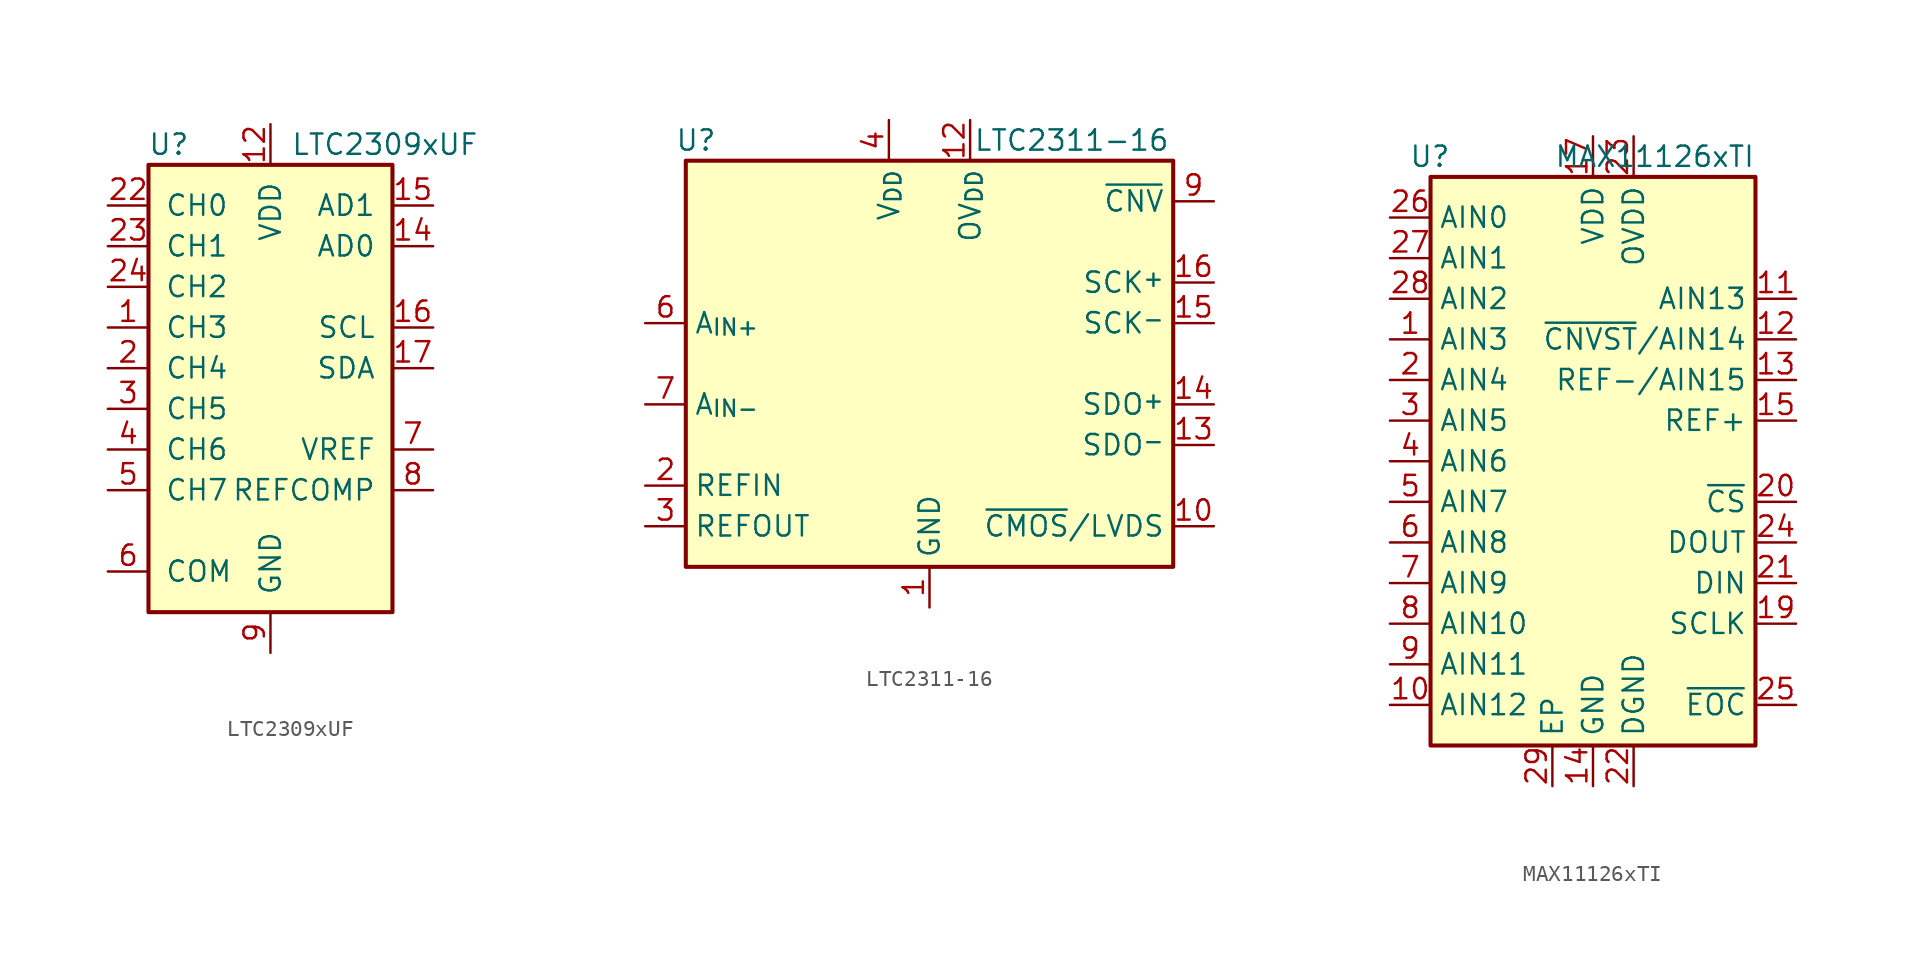
<source format=kicad_sym>
(kicad_symbol_lib
  (version 20231120)
  (generator "kicad_symbol_editor")
  (generator_version "8.0")
  (symbol "LTC2309xUF"
    (pin_names
      (offset 1.016))
    (property "Reference" "U"
      (at -6.35 13.97 0)
      (effects (font (size 1.27 1.27))))
    (property "Value" "LTC2309xUF"
      (at 1.27 13.97 0)
      (effects (font (size 1.27 1.27)) (justify left)))
    (symbol "LTC2309xUF_0_1"
      (rectangle (start -7.62 12.7) (end 7.62 -15.24) (stroke (width 0.254) (type default)) (fill (type background)))
      (pin input line (at -10.16 -2.54 0) (length 2.54) (name "CH5" (effects (font (size 1.27 1.27)))) (number "3" (effects (font (size 1.27 1.27))))))
    (symbol "LTC2309xUF_1_1"
      (pin input line (at -10.16 2.54 0) (length 2.54) (name "CH3" (effects (font (size 1.27 1.27)))) (number "1" (effects (font (size 1.27 1.27)))))
      (pin passive line (at 0 -17.78 90) (length 2.54) hide (name "GND" (effects (font (size 1.27 1.27)))) (number "10" (effects (font (size 1.27 1.27)))))
      (pin passive line (at 0 -17.78 90) (length 2.54) hide (name "GND" (effects (font (size 1.27 1.27)))) (number "11" (effects (font (size 1.27 1.27)))))
      (pin power_in line (at 0 15.24 270) (length 2.54) (name "VDD" (effects (font (size 1.27 1.27)))) (number "12" (effects (font (size 1.27 1.27)))))
      (pin passive line (at 0 15.24 270) (length 2.54) hide (name "VDD" (effects (font (size 1.27 1.27)))) (number "13" (effects (font (size 1.27 1.27)))))
      (pin input line (at 10.16 7.62 180) (length 2.54) (name "AD0" (effects (font (size 1.27 1.27)))) (number "14" (effects (font (size 1.27 1.27)))))
      (pin input line (at 10.16 10.16 180) (length 2.54) (name "AD1" (effects (font (size 1.27 1.27)))) (number "15" (effects (font (size 1.27 1.27)))))
      (pin input line (at 10.16 2.54 180) (length 2.54) (name "SCL" (effects (font (size 1.27 1.27)))) (number "16" (effects (font (size 1.27 1.27)))))
      (pin bidirectional line (at 10.16 0 180) (length 2.54) (name "SDA" (effects (font (size 1.27 1.27)))) (number "17" (effects (font (size 1.27 1.27)))))
      (pin passive line (at 0 -17.78 90) (length 2.54) hide (name "GND" (effects (font (size 1.27 1.27)))) (number "18" (effects (font (size 1.27 1.27)))))
      (pin passive line (at 0 -17.78 90) (length 2.54) hide (name "GND" (effects (font (size 1.27 1.27)))) (number "19" (effects (font (size 1.27 1.27)))))
      (pin input line (at -10.16 0 0) (length 2.54) (name "CH4" (effects (font (size 1.27 1.27)))) (number "2" (effects (font (size 1.27 1.27)))))
      (pin passive line (at 0 -17.78 90) (length 2.54) hide (name "GND" (effects (font (size 1.27 1.27)))) (number "20" (effects (font (size 1.27 1.27)))))
      (pin passive line (at 0 15.24 270) (length 2.54) hide (name "VDD" (effects (font (size 1.27 1.27)))) (number "21" (effects (font (size 1.27 1.27)))))
      (pin input line (at -10.16 10.16 0) (length 2.54) (name "CH0" (effects (font (size 1.27 1.27)))) (number "22" (effects (font (size 1.27 1.27)))))
      (pin input line (at -10.16 7.62 0) (length 2.54) (name "CH1" (effects (font (size 1.27 1.27)))) (number "23" (effects (font (size 1.27 1.27)))))
      (pin input line (at -10.16 5.08 0) (length 2.54) (name "CH2" (effects (font (size 1.27 1.27)))) (number "24" (effects (font (size 1.27 1.27)))))
      (pin passive line (at 0 -17.78 90) (length 2.54) hide (name "GND" (effects (font (size 1.27 1.27)))) (number "25" (effects (font (size 1.27 1.27)))))
      (pin input line (at -10.16 -5.08 0) (length 2.54) (name "CH6" (effects (font (size 1.27 1.27)))) (number "4" (effects (font (size 1.27 1.27)))))
      (pin input line (at -10.16 -7.62 0) (length 2.54) (name "CH7" (effects (font (size 1.27 1.27)))) (number "5" (effects (font (size 1.27 1.27)))))
      (pin input line (at -10.16 -12.7 0) (length 2.54) (name "COM" (effects (font (size 1.27 1.27)))) (number "6" (effects (font (size 1.27 1.27)))))
      (pin input line (at 10.16 -5.08 180) (length 2.54) (name "VREF" (effects (font (size 1.27 1.27)))) (number "7" (effects (font (size 1.27 1.27)))))
      (pin input line (at 10.16 -7.62 180) (length 2.54) (name "REFCOMP" (effects (font (size 1.27 1.27)))) (number "8" (effects (font (size 1.27 1.27)))))
      (pin power_in line (at 0 -17.78 90) (length 2.54) (name "GND" (effects (font (size 1.27 1.27)))) (number "9" (effects (font (size 1.27 1.27)))))))
  (symbol "LTC2311-16"
    (property "Reference" "U"
      (at -14.605 13.97 0)
      (effects (font (size 1.27 1.27))))
    (property "Value" "LTC2311-16"
      (at 8.89 13.97 0)
      (effects (font (size 1.27 1.27))))
    (symbol "LTC2311-16_0_1"
      (rectangle (start -15.24 12.7) (end 15.24 -12.7) (stroke (width 0.254) (type default)) (fill (type background))))
    (symbol "LTC2311-16_1_1"
      (pin power_in line (at 0 -15.24 90) (length 2.54) (name "GND" (effects (font (size 1.27 1.27)))) (number "1" (effects (font (size 1.27 1.27)))))
      (pin input line (at 17.78 -10.16 180) (length 2.54) (name "~{CMOS}/LVDS" (effects (font (size 1.27 1.27)))) (number "10" (effects (font (size 1.27 1.27)))))
      (pin passive line (at 0 -15.24 90) (length 2.54) hide (name "GND" (effects (font (size 1.27 1.27)))) (number "11" (effects (font (size 1.27 1.27)))))
      (pin power_in line (at 2.54 15.24 270) (length 2.54) (name "OV_{DD}" (effects (font (size 1.27 1.27)))) (number "12" (effects (font (size 1.27 1.27)))))
      (pin tri_state line (at 17.78 -5.08 180) (length 2.54) (name "SDO^{-}" (effects (font (size 1.27 1.27)))) (number "13" (effects (font (size 1.27 1.27)))))
      (pin tri_state line (at 17.78 -2.54 180) (length 2.54) (name "SDO^{+}" (effects (font (size 1.27 1.27)))) (number "14" (effects (font (size 1.27 1.27)))))
      (pin input line (at 17.78 2.54 180) (length 2.54) (name "SCK^{-}" (effects (font (size 1.27 1.27)))) (number "15" (effects (font (size 1.27 1.27)))))
      (pin input line (at 17.78 5.08 180) (length 2.54) (name "SCK^{+}" (effects (font (size 1.27 1.27)))) (number "16" (effects (font (size 1.27 1.27)))))
      (pin passive line (at 0 -15.24 90) (length 2.54) hide (name "GND" (effects (font (size 1.27 1.27)))) (number "17" (effects (font (size 1.27 1.27)))))
      (pin passive line (at -17.78 -7.62 0) (length 2.54) (name "REFIN" (effects (font (size 1.27 1.27)))) (number "2" (effects (font (size 1.27 1.27)))))
      (pin passive line (at -17.78 -10.16 0) (length 2.54) (name "REFOUT" (effects (font (size 1.27 1.27)))) (number "3" (effects (font (size 1.27 1.27)))))
      (pin power_in line (at -2.54 15.24 270) (length 2.54) (name "V_{DD}" (effects (font (size 1.27 1.27)))) (number "4" (effects (font (size 1.27 1.27)))))
      (pin passive line (at 0 -15.24 90) (length 2.54) hide (name "GND" (effects (font (size 1.27 1.27)))) (number "5" (effects (font (size 1.27 1.27)))))
      (pin input line (at -17.78 2.54 0) (length 2.54) (name "A_{IN+}" (effects (font (size 1.27 1.27)))) (number "6" (effects (font (size 1.27 1.27)))))
      (pin input line (at -17.78 -2.54 0) (length 2.54) (name "A_{IN-}" (effects (font (size 1.27 1.27)))) (number "7" (effects (font (size 1.27 1.27)))))
      (pin passive line (at 0 -15.24 90) (length 2.54) hide (name "GND" (effects (font (size 1.27 1.27)))) (number "8" (effects (font (size 1.27 1.27)))))
      (pin input line (at 17.78 10.16 180) (length 2.54) (name "~{CNV}" (effects (font (size 1.27 1.27)))) (number "9" (effects (font (size 1.27 1.27)))))))
  (symbol "MAX11126xTI"
    (property "Reference" "U"
      (at -8.89 19.05 0)
      (effects (font (size 1.27 1.27)) (justify right)))
    (property "Value" "MAX11126xTI"
      (at 10.16 19.05 0)
      (effects (font (size 1.27 1.27)) (justify right)))
    (symbol "MAX11126xTI_0_1"
      (rectangle (start 10.16 17.78) (end -10.16 -17.78) (stroke (width 0.254) (type default)) (fill (type background))))
    (symbol "MAX11126xTI_1_1"
      (pin input line (at -12.7 7.62 0) (length 2.54) (name "AIN3" (effects (font (size 1.27 1.27)))) (number "1" (effects (font (size 1.27 1.27)))))
      (pin input line (at -12.7 -15.24 0) (length 2.54) (name "AIN12" (effects (font (size 1.27 1.27)))) (number "10" (effects (font (size 1.27 1.27)))))
      (pin input line (at 12.7 10.16 180) (length 2.54) (name "AIN13" (effects (font (size 1.27 1.27)))) (number "11" (effects (font (size 1.27 1.27)))))
      (pin input line (at 12.7 7.62 180) (length 2.54) (name "~{CNVST}/AIN14" (effects (font (size 1.27 1.27)))) (number "12" (effects (font (size 1.27 1.27)))))
      (pin input line (at 12.7 5.08 180) (length 2.54) (name "REF-/AIN15" (effects (font (size 1.27 1.27)))) (number "13" (effects (font (size 1.27 1.27)))))
      (pin power_in line (at 0 -20.32 90) (length 2.54) (name "GND" (effects (font (size 1.27 1.27)))) (number "14" (effects (font (size 1.27 1.27)))))
      (pin input line (at 12.7 2.54 180) (length 2.54) (name "REF+" (effects (font (size 1.27 1.27)))) (number "15" (effects (font (size 1.27 1.27)))))
      (pin passive line (at 0 -20.32 90) (length 2.54) hide (name "GND" (effects (font (size 1.27 1.27)))) (number "16" (effects (font (size 1.27 1.27)))))
      (pin power_in line (at 0 20.32 270) (length 2.54) (name "VDD" (effects (font (size 1.27 1.27)))) (number "17" (effects (font (size 1.27 1.27)))))
      (pin passive line (at 0 20.32 270) (length 2.54) hide (name "VDD" (effects (font (size 1.27 1.27)))) (number "18" (effects (font (size 1.27 1.27)))))
      (pin input line (at 12.7 -10.16 180) (length 2.54) (name "SCLK" (effects (font (size 1.27 1.27)))) (number "19" (effects (font (size 1.27 1.27)))))
      (pin input line (at -12.7 5.08 0) (length 2.54) (name "AIN4" (effects (font (size 1.27 1.27)))) (number "2" (effects (font (size 1.27 1.27)))))
      (pin input line (at 12.7 -2.54 180) (length 2.54) (name "~{CS}" (effects (font (size 1.27 1.27)))) (number "20" (effects (font (size 1.27 1.27)))))
      (pin input line (at 12.7 -7.62 180) (length 2.54) (name "DIN" (effects (font (size 1.27 1.27)))) (number "21" (effects (font (size 1.27 1.27)))))
      (pin power_in line (at 2.54 -20.32 90) (length 2.54) (name "DGND" (effects (font (size 1.27 1.27)))) (number "22" (effects (font (size 1.27 1.27)))))
      (pin power_in line (at 2.54 20.32 270) (length 2.54) (name "OVDD" (effects (font (size 1.27 1.27)))) (number "23" (effects (font (size 1.27 1.27)))))
      (pin output line (at 12.7 -5.08 180) (length 2.54) (name "DOUT" (effects (font (size 1.27 1.27)))) (number "24" (effects (font (size 1.27 1.27)))))
      (pin output line (at 12.7 -15.24 180) (length 2.54) (name "~{EOC}" (effects (font (size 1.27 1.27)))) (number "25" (effects (font (size 1.27 1.27)))))
      (pin input line (at -12.7 15.24 0) (length 2.54) (name "AIN0" (effects (font (size 1.27 1.27)))) (number "26" (effects (font (size 1.27 1.27)))))
      (pin input line (at -12.7 12.7 0) (length 2.54) (name "AIN1" (effects (font (size 1.27 1.27)))) (number "27" (effects (font (size 1.27 1.27)))))
      (pin input line (at -12.7 10.16 0) (length 2.54) (name "AIN2" (effects (font (size 1.27 1.27)))) (number "28" (effects (font (size 1.27 1.27)))))
      (pin power_in line (at -2.54 -20.32 90) (length 2.54) (name "EP" (effects (font (size 1.27 1.27)))) (number "29" (effects (font (size 1.27 1.27)))))
      (pin input line (at -12.7 2.54 0) (length 2.54) (name "AIN5" (effects (font (size 1.27 1.27)))) (number "3" (effects (font (size 1.27 1.27)))))
      (pin input line (at -12.7 0 0) (length 2.54) (name "AIN6" (effects (font (size 1.27 1.27)))) (number "4" (effects (font (size 1.27 1.27)))))
      (pin input line (at -12.7 -2.54 0) (length 2.54) (name "AIN7" (effects (font (size 1.27 1.27)))) (number "5" (effects (font (size 1.27 1.27)))))
      (pin input line (at -12.7 -5.08 0) (length 2.54) (name "AIN8" (effects (font (size 1.27 1.27)))) (number "6" (effects (font (size 1.27 1.27)))))
      (pin input line (at -12.7 -7.62 0) (length 2.54) (name "AIN9" (effects (font (size 1.27 1.27)))) (number "7" (effects (font (size 1.27 1.27)))))
      (pin input line (at -12.7 -10.16 0) (length 2.54) (name "AIN10" (effects (font (size 1.27 1.27)))) (number "8" (effects (font (size 1.27 1.27)))))
      (pin input line (at -12.7 -12.7 0) (length 2.54) (name "AIN11" (effects (font (size 1.27 1.27)))) (number "9" (effects (font (size 1.27 1.27))))))))
</source>
